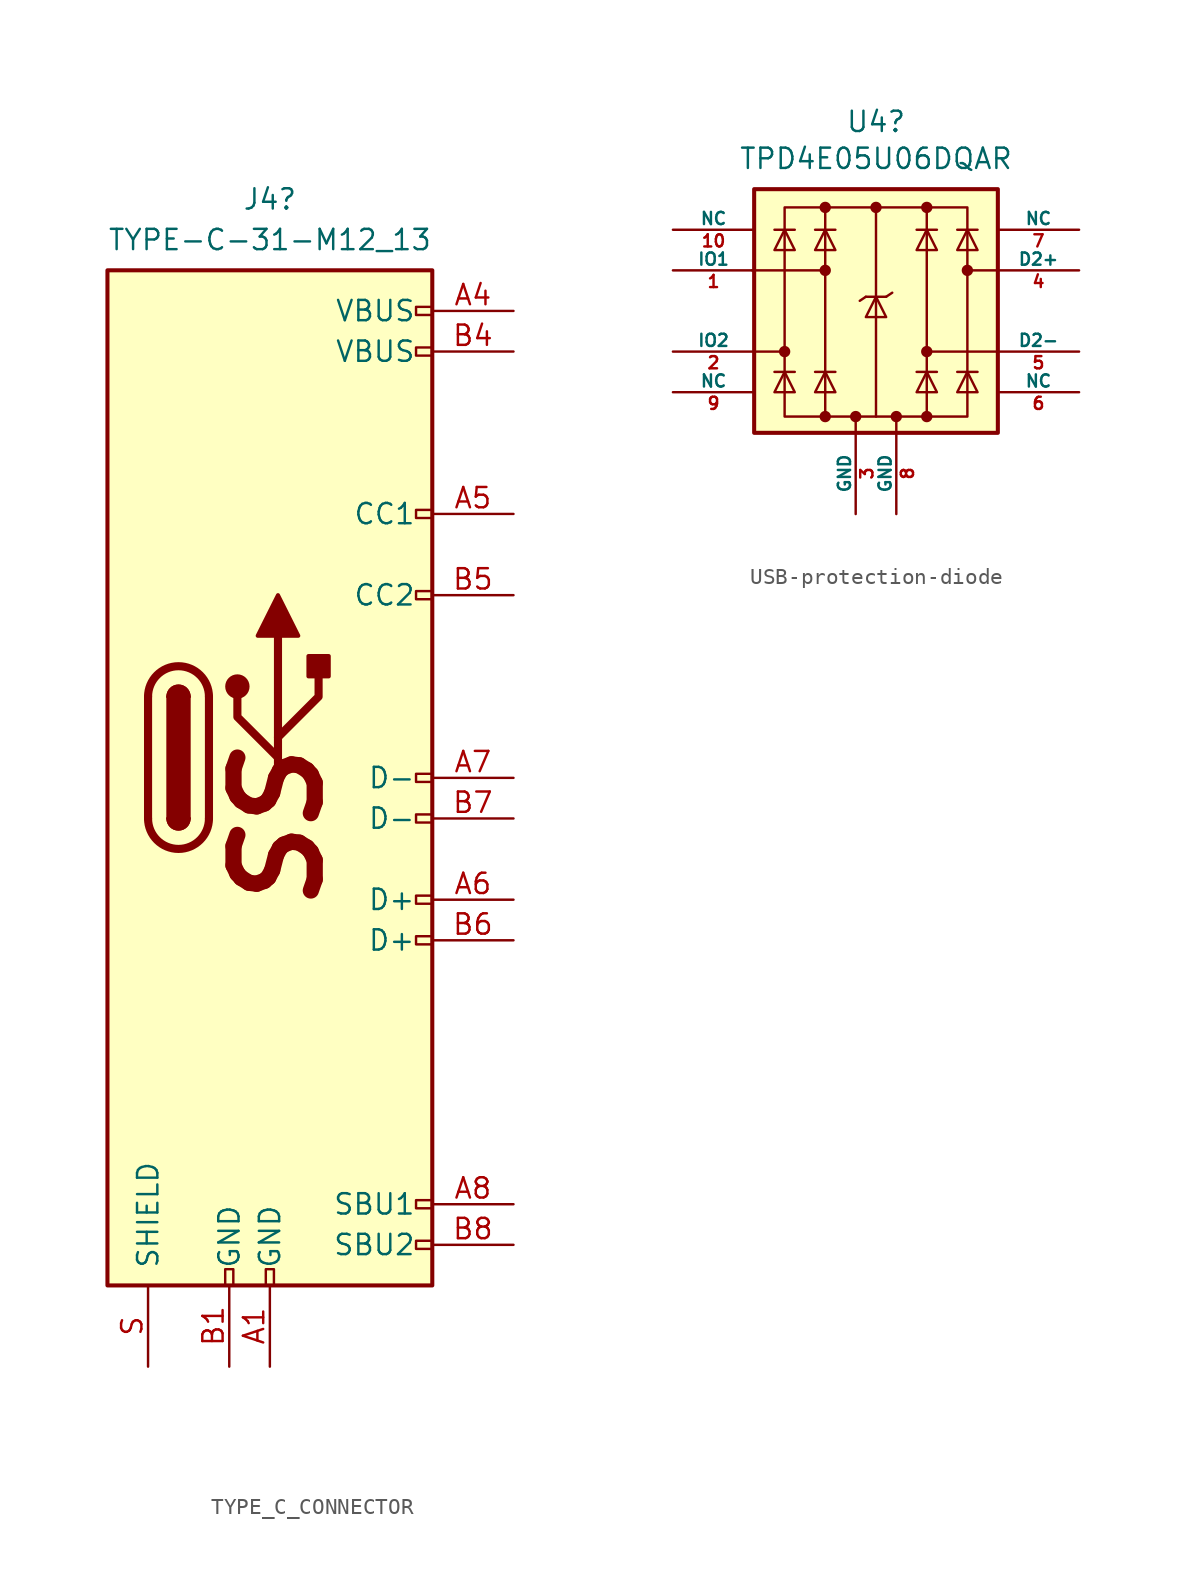
<source format=kicad_sym>
(kicad_symbol_lib
  (version 20220914)
  (generator kicad_symbol_editor)
  (symbol "TYPE_C_CONNECTOR"
    (pin_names
      (offset 1.016))
    (property "Reference" "J4"
      (at 0 36.195 0)
      (effects (font (size 1.27 1.27))))
    (property "Value" "TYPE-C-31-M12_13"
      (at 0 33.655 0)
      (effects (font (size 1.27 1.27))))
    (symbol "TYPE_C_CONNECTOR_0_0"
      (rectangle (start -0.254 -31.75) (end 0.254 -30.734) (stroke (width 0) (type default)) (fill (type none)))
      (rectangle (start 10.16 -28.956) (end 9.144 -29.464) (stroke (width 0) (type default)) (fill (type none)))
      (rectangle (start 10.16 -26.416) (end 9.144 -26.924) (stroke (width 0) (type default)) (fill (type none)))
      (rectangle (start 10.16 -9.906) (end 9.144 -10.414) (stroke (width 0) (type default)) (fill (type none)))
      (rectangle (start 10.16 -7.366) (end 9.144 -7.874) (stroke (width 0) (type default)) (fill (type none)))
      (rectangle (start 10.16 -2.286) (end 9.144 -2.794) (stroke (width 0) (type default)) (fill (type none)))
      (rectangle (start 10.16 0.254) (end 9.144 -0.254) (stroke (width 0) (type default)) (fill (type none)))
      (rectangle (start 10.16 11.684) (end 9.144 11.176) (stroke (width 0) (type default)) (fill (type none)))
      (rectangle (start 10.16 16.764) (end 9.144 16.256) (stroke (width 0) (type default)) (fill (type none)))
      (rectangle (start 10.16 29.464) (end 9.144 28.956) (stroke (width 0) (type default)) (fill (type none)))
      (text "SS" (at 0.508 -3.175 900) (effects (font (size 5.08 5.08) bold italic))))
    (symbol "TYPE_C_CONNECTOR_0_1"
      (rectangle (start -10.16 31.75) (end 10.16 -31.75) (stroke (width 0.254) (type default)) (fill (type background)))
      (arc (start -7.62 -2.54) (mid -5.715 -4.4367) (end -3.81 -2.54) (stroke (width 0.508) (type default)) (fill (type none)))
      (arc (start -6.35 -2.54) (mid -5.715 -3.1723) (end -5.08 -2.54) (stroke (width 0.254) (type default)) (fill (type none)))
      (arc (start -6.35 -2.54) (mid -5.715 -3.1723) (end -5.08 -2.54) (stroke (width 0.254) (type default)) (fill (type outline)))
      (rectangle (start -6.35 -2.54) (end -5.08 5.08) (stroke (width 0.254) (type default)) (fill (type outline)))
      (arc (start -5.08 5.08) (mid -5.715 5.7123) (end -6.35 5.08) (stroke (width 0.254) (type default)) (fill (type none)))
      (arc (start -5.08 5.08) (mid -5.715 5.7123) (end -6.35 5.08) (stroke (width 0.254) (type default)) (fill (type outline)))
      (arc (start -3.81 5.08) (mid -5.715 6.9767) (end -7.62 5.08) (stroke (width 0.508) (type default)) (fill (type none)))
      (circle (center -2.032 5.715) (radius 0.635) (stroke (width 0.254) (type default)) (fill (type outline)))
      (polyline (pts (xy -7.62 -2.54) (xy -7.62 5.08)) (stroke (width 0.508) (type default)) (fill (type none)))
      (polyline (pts (xy -3.81 5.08) (xy -3.81 -2.54)) (stroke (width 0.508) (type default)) (fill (type none)))
      (polyline (pts (xy 0.508 0) (xy 0.508 8.89)) (stroke (width 0.508) (type default)) (fill (type none)))
      (polyline (pts (xy 0.508 1.27) (xy -2.032 3.81) (xy -2.032 5.08)) (stroke (width 0.508) (type default)) (fill (type none)))
      (polyline (pts (xy 0.508 2.54) (xy 3.048 5.08) (xy 3.048 6.35)) (stroke (width 0.508) (type default)) (fill (type none)))
      (polyline (pts (xy -0.762 8.89) (xy 0.508 11.43) (xy 1.778 8.89) (xy -0.762 8.89)) (stroke (width 0.254) (type default)) (fill (type outline)))
      (rectangle (start 2.413 6.35) (end 3.683 7.62) (stroke (width 0.254) (type default)) (fill (type outline))))
    (symbol "TYPE_C_CONNECTOR_1_1"
      (rectangle (start -2.794 -31.75) (end -2.286 -30.734) (stroke (width 0) (type default)) (fill (type none)))
      (rectangle (start 10.16 26.924) (end 9.144 26.416) (stroke (width 0) (type default)) (fill (type none)))
      (pin power_out line (at 0 -36.83 90) (length 5.08) (name "GND" (effects (font (size 1.27 1.27)))) (number "A1" (effects (font (size 1.27 1.27)))))
      (pin power_out line (at 15.24 29.21 180) (length 5.08) (name "VBUS" (effects (font (size 1.27 1.27)))) (number "A4" (effects (font (size 1.27 1.27)))))
      (pin bidirectional line (at 15.24 16.51 180) (length 5.08) (name "CC1" (effects (font (size 1.27 1.27)))) (number "A5" (effects (font (size 1.27 1.27)))))
      (pin bidirectional line (at 15.24 -7.62 180) (length 5.08) (name "D+" (effects (font (size 1.27 1.27)))) (number "A6" (effects (font (size 1.27 1.27)))))
      (pin bidirectional line (at 15.24 0 180) (length 5.08) (name "D-" (effects (font (size 1.27 1.27)))) (number "A7" (effects (font (size 1.27 1.27)))))
      (pin bidirectional line (at 15.24 -26.67 180) (length 5.08) (name "SBU1" (effects (font (size 1.27 1.27)))) (number "A8" (effects (font (size 1.27 1.27)))))
      (pin power_out line (at -2.54 -36.83 90) (length 5.08) (name "GND" (effects (font (size 1.27 1.27)))) (number "B1" (effects (font (size 1.27 1.27)))))
      (pin power_out line (at 15.24 26.67 180) (length 5.08) (name "VBUS" (effects (font (size 1.27 1.27)))) (number "B4" (effects (font (size 1.27 1.27)))))
      (pin bidirectional line (at 15.24 11.43 180) (length 5.08) (name "CC2" (effects (font (size 1.27 1.27)))) (number "B5" (effects (font (size 1.27 1.27)))))
      (pin bidirectional line (at 15.24 -10.16 180) (length 5.08) (name "D+" (effects (font (size 1.27 1.27)))) (number "B6" (effects (font (size 1.27 1.27)))))
      (pin bidirectional line (at 15.24 -2.54 180) (length 5.08) (name "D-" (effects (font (size 1.27 1.27)))) (number "B7" (effects (font (size 1.27 1.27)))))
      (pin bidirectional line (at 15.24 -29.21 180) (length 5.08) (name "SBU2" (effects (font (size 1.27 1.27)))) (number "B8" (effects (font (size 1.27 1.27)))))
      (pin passive line (at -7.62 -36.83 90) (length 5.08) (name "SHIELD" (effects (font (size 1.27 1.27)))) (number "S" (effects (font (size 1.27 1.27)))))))
  (symbol "USB-protection-diode"
    (pin_names
      (offset 0))
    (property "Reference" "U4"
      (at 0 11.836 0)
      (effects (font (size 1.27 1.27))))
    (property "Value" "TPD4E05U06DQAR"
      (at 0 9.525 0)
      (effects (font (size 1.27 1.27))))
    (symbol "USB-protection-diode_0_0"
      (rectangle (start -5.715 6.477) (end 5.715 -6.604) (stroke (width 0) (type default)) (fill (type none)))
      (polyline (pts (xy -3.175 -6.604) (xy -3.175 6.477)) (stroke (width 0) (type default)) (fill (type none)))
      (polyline (pts (xy 0 6.477) (xy 0 -6.604)) (stroke (width 0) (type default)) (fill (type none)))
      (polyline (pts (xy 3.175 6.477) (xy 3.175 -6.604)) (stroke (width 0) (type default)) (fill (type none))))
    (symbol "USB-protection-diode_0_1"
      (rectangle (start -7.62 7.62) (end 7.62 -7.62) (stroke (width 0.254) (type default)) (fill (type background)))
      (circle (center -5.715 -2.54) (radius 0.279) (stroke (width 0) (type default)) (fill (type outline)))
      (circle (center -3.175 -6.604) (radius 0.279) (stroke (width 0) (type default)) (fill (type outline)))
      (circle (center -3.175 2.54) (radius 0.279) (stroke (width 0) (type default)) (fill (type outline)))
      (circle (center -3.175 6.477) (radius 0.279) (stroke (width 0) (type default)) (fill (type outline)))
      (circle (center -1.27 -6.604) (radius 0.279) (stroke (width 0) (type default)) (fill (type outline)))
      (polyline (pts (xy -7.747 2.54) (xy -3.175 2.54)) (stroke (width 0) (type default)) (fill (type none)))
      (polyline (pts (xy -7.62 -2.54) (xy -5.715 -2.54)) (stroke (width 0) (type default)) (fill (type none)))
      (polyline (pts (xy -5.08 -3.81) (xy -6.35 -3.81)) (stroke (width 0) (type default)) (fill (type none)))
      (polyline (pts (xy -5.08 5.08) (xy -6.35 5.08)) (stroke (width 0) (type default)) (fill (type none)))
      (polyline (pts (xy -2.54 -3.81) (xy -3.81 -3.81)) (stroke (width 0) (type default)) (fill (type none)))
      (polyline (pts (xy -2.54 5.08) (xy -3.81 5.08)) (stroke (width 0) (type default)) (fill (type none)))
      (polyline (pts (xy -1.27 -6.604) (xy -1.27 -7.62)) (stroke (width 0) (type default)) (fill (type none)))
      (polyline (pts (xy -0.635 0.889) (xy -1.016 0.635)) (stroke (width 0) (type default)) (fill (type none)))
      (polyline (pts (xy 0.635 0.889) (xy -0.635 0.889)) (stroke (width 0) (type default)) (fill (type none)))
      (polyline (pts (xy 0.635 0.889) (xy 1.016 1.143)) (stroke (width 0) (type default)) (fill (type none)))
      (polyline (pts (xy 3.81 -3.81) (xy 2.54 -3.81)) (stroke (width 0) (type default)) (fill (type none)))
      (polyline (pts (xy 3.81 5.08) (xy 2.54 5.08)) (stroke (width 0) (type default)) (fill (type none)))
      (polyline (pts (xy 6.35 -3.81) (xy 5.08 -3.81)) (stroke (width 0) (type default)) (fill (type none)))
      (polyline (pts (xy 6.35 5.08) (xy 5.08 5.08)) (stroke (width 0) (type default)) (fill (type none)))
      (polyline (pts (xy 7.62 -2.54) (xy 3.175 -2.54)) (stroke (width 0) (type default)) (fill (type none)))
      (polyline (pts (xy 7.62 2.54) (xy 5.715 2.54)) (stroke (width 0) (type default)) (fill (type none)))
      (polyline (pts (xy -5.08 -5.08) (xy -6.35 -5.08) (xy -5.715 -3.81) (xy -5.08 -5.08)) (stroke (width 0) (type default)) (fill (type none)))
      (polyline (pts (xy -5.08 3.81) (xy -6.35 3.81) (xy -5.715 5.08) (xy -5.08 3.81)) (stroke (width 0) (type default)) (fill (type none)))
      (polyline (pts (xy -2.54 -5.08) (xy -3.81 -5.08) (xy -3.175 -3.81) (xy -2.54 -5.08)) (stroke (width 0) (type default)) (fill (type none)))
      (polyline (pts (xy -2.54 3.81) (xy -3.81 3.81) (xy -3.175 5.08) (xy -2.54 3.81)) (stroke (width 0) (type default)) (fill (type none)))
      (polyline (pts (xy 0.635 -0.381) (xy -0.635 -0.381) (xy 0 0.889) (xy 0.635 -0.381)) (stroke (width 0) (type default)) (fill (type none)))
      (polyline (pts (xy 3.81 -5.08) (xy 2.54 -5.08) (xy 3.175 -3.81) (xy 3.81 -5.08)) (stroke (width 0) (type default)) (fill (type none)))
      (polyline (pts (xy 3.81 3.81) (xy 2.54 3.81) (xy 3.175 5.08) (xy 3.81 3.81)) (stroke (width 0) (type default)) (fill (type none)))
      (polyline (pts (xy 6.35 -5.08) (xy 5.08 -5.08) (xy 5.715 -3.81) (xy 6.35 -5.08)) (stroke (width 0) (type default)) (fill (type none)))
      (polyline (pts (xy 6.35 3.81) (xy 5.08 3.81) (xy 5.715 5.08) (xy 6.35 3.81)) (stroke (width 0) (type default)) (fill (type none)))
      (circle (center 0 6.477) (radius 0.279) (stroke (width 0) (type default)) (fill (type outline)))
      (circle (center 3.175 -6.604) (radius 0.279) (stroke (width 0) (type default)) (fill (type outline)))
      (circle (center 3.175 -2.54) (radius 0.279) (stroke (width 0) (type default)) (fill (type outline)))
      (circle (center 3.175 6.477) (radius 0.279) (stroke (width 0) (type default)) (fill (type outline)))
      (circle (center 5.715 2.54) (radius 0.279) (stroke (width 0) (type default)) (fill (type outline))))
    (symbol "USB-protection-diode_1_1"
      (polyline (pts (xy 1.27 -6.604) (xy 1.27 -7.62)) (stroke (width 0) (type default)) (fill (type none)))
      (circle (center 1.27 -6.604) (radius 0.279) (stroke (width 0) (type default)) (fill (type outline)))
      (pin bidirectional line (at -12.7 2.54 0) (length 5.08) (name "IO1" (effects (font (size 0.762 0.762)))) (number "1" (effects (font (size 0.762 0.762)))))
      (pin bidirectional line (at -12.7 5.08 0) (length 5.08) (name "NC" (effects (font (size 0.762 0.762)))) (number "10" (effects (font (size 0.762 0.762)))))
      (pin bidirectional line (at -12.7 -2.54 0) (length 5.08) (name "IO2" (effects (font (size 0.762 0.762)))) (number "2" (effects (font (size 0.762 0.762)))))
      (pin power_in line (at -1.27 -12.7 90) (length 5.08) (name "GND" (effects (font (size 0.762 0.762)))) (number "3" (effects (font (size 0.762 0.762)))))
      (pin bidirectional line (at 12.7 2.54 180) (length 5.08) (name "D2+" (effects (font (size 0.762 0.762)))) (number "4" (effects (font (size 0.762 0.762)))))
      (pin bidirectional line (at 12.7 -2.54 180) (length 5.08) (name "D2-" (effects (font (size 0.762 0.762)))) (number "5" (effects (font (size 0.762 0.762)))))
      (pin bidirectional line (at 12.7 -5.08 180) (length 5.08) (name "NC" (effects (font (size 0.762 0.762)))) (number "6" (effects (font (size 0.762 0.762)))))
      (pin bidirectional line (at 12.7 5.08 180) (length 5.08) (name "NC" (effects (font (size 0.762 0.762)))) (number "7" (effects (font (size 0.762 0.762)))))
      (pin power_in line (at 1.27 -12.7 90) (length 5.08) (name "GND" (effects (font (size 0.762 0.762)))) (number "8" (effects (font (size 0.762 0.762)))))
      (pin bidirectional line (at -12.7 -5.08 0) (length 5.08) (name "NC" (effects (font (size 0.762 0.762)))) (number "9" (effects (font (size 0.762 0.762))))))))
</source>
